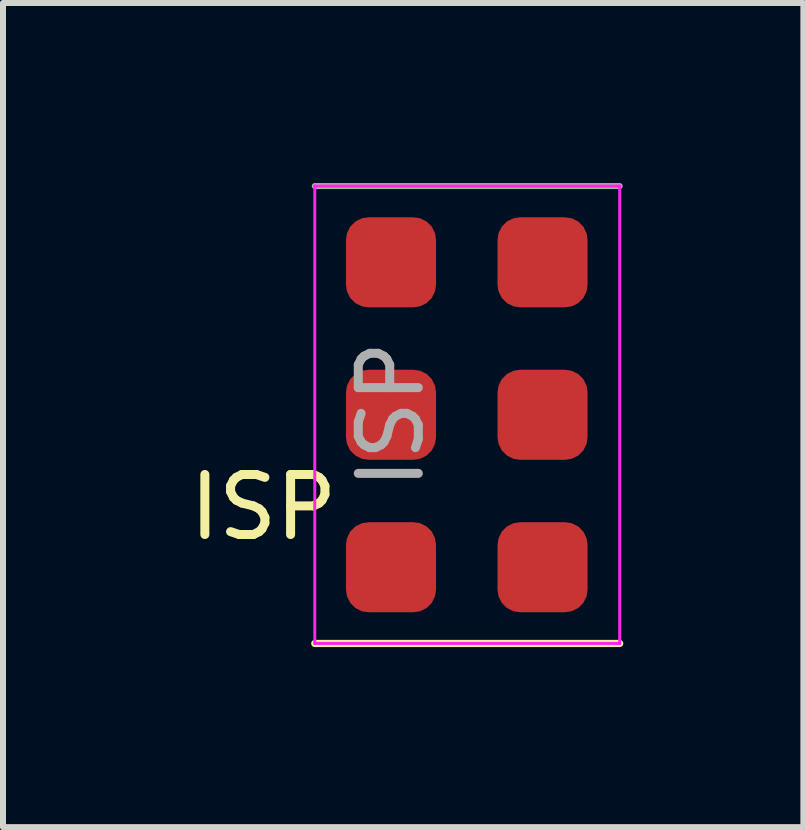
<source format=kicad_pcb>
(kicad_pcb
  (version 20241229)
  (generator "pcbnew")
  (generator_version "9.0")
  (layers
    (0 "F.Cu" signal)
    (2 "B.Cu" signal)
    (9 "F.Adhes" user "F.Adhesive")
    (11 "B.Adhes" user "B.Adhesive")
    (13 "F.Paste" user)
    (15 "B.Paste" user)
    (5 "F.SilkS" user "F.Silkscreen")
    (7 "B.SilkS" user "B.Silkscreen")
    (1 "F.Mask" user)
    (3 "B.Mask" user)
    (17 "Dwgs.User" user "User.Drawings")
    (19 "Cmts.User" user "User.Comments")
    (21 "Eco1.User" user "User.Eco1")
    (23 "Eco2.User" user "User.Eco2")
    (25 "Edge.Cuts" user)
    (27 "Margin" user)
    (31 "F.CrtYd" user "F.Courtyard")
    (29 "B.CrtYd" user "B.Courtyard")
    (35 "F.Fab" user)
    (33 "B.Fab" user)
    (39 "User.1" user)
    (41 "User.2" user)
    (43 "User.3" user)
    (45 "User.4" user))
  (footprint "ISP"
    (layer "F.Cu")
    (at 3.464 3.86)
    (property "Reference" "ISP" (at -2.125 1.54 0) (layer "F.SilkS") (effects (font (size 1 1) (thickness 0.15))))
    (attr smd)
    (fp_line (start -1.27 3.81) (end 3.81 3.81) (stroke (width 0.12) (type solid)) (layer "F.SilkS"))
    (fp_line (start -1.27 -3.81) (end -1.27 3.81) (stroke (width 0.05) (type solid)) (layer "F.CrtYd"))
    (fp_line (start -1.27 3.81) (end 3.81 3.81) (stroke (width 0.05) (type solid)) (layer "F.CrtYd"))
    (fp_line (start 3.81 -3.81) (end -1.27 -3.81) (stroke (width 0.05) (type solid)) (layer "F.CrtYd"))
    (fp_line (start 3.81 3.81) (end 3.81 -3.81) (stroke (width 0.05) (type solid)) (layer "F.CrtYd"))
    (fp_line (start -1.27 -3.81) (end 3.81 -3.81) (stroke (width 0.1) (type solid)) (layer "F.Fab"))
    (fp_text user "${REFERENCE}" (at 0 0 90) (layer "F.Fab") (effects (font (size 1 1) (thickness 0.15))))
    (pad "1" smd roundrect (at 0 -2.54) (size 1.5 1.5) (layers "F.Cu" "F.Mask" "F.Paste") (roundrect_rratio 0.25))
    (pad "2" smd roundrect (at 0 0) (size 1.5 1.5) (layers "F.Cu" "F.Mask" "F.Paste") (roundrect_rratio 0.25))
    (pad "3" smd roundrect (at 0 2.54) (size 1.5 1.5) (layers "F.Cu" "F.Mask" "F.Paste") (roundrect_rratio 0.25))
    (pad "4" smd roundrect (at 2.525 -2.54) (size 1.5 1.5) (layers "F.Cu" "F.Mask" "F.Paste") (roundrect_rratio 0.25))
    (pad "5" smd roundrect (at 2.525 0) (size 1.5 1.5) (layers "F.Cu" "F.Mask" "F.Paste") (roundrect_rratio 0.25))
    (pad "6" smd roundrect (at 2.525 2.54) (size 1.5 1.5) (layers "F.Cu" "F.Mask" "F.Paste") (roundrect_rratio 0.25)))
  (gr_rect
    (start -3 -3)
    (end 10.334 10.73)
    (stroke (width 0.1) (type default))
    (fill no)
    (layer "Edge.Cuts")))
</source>
